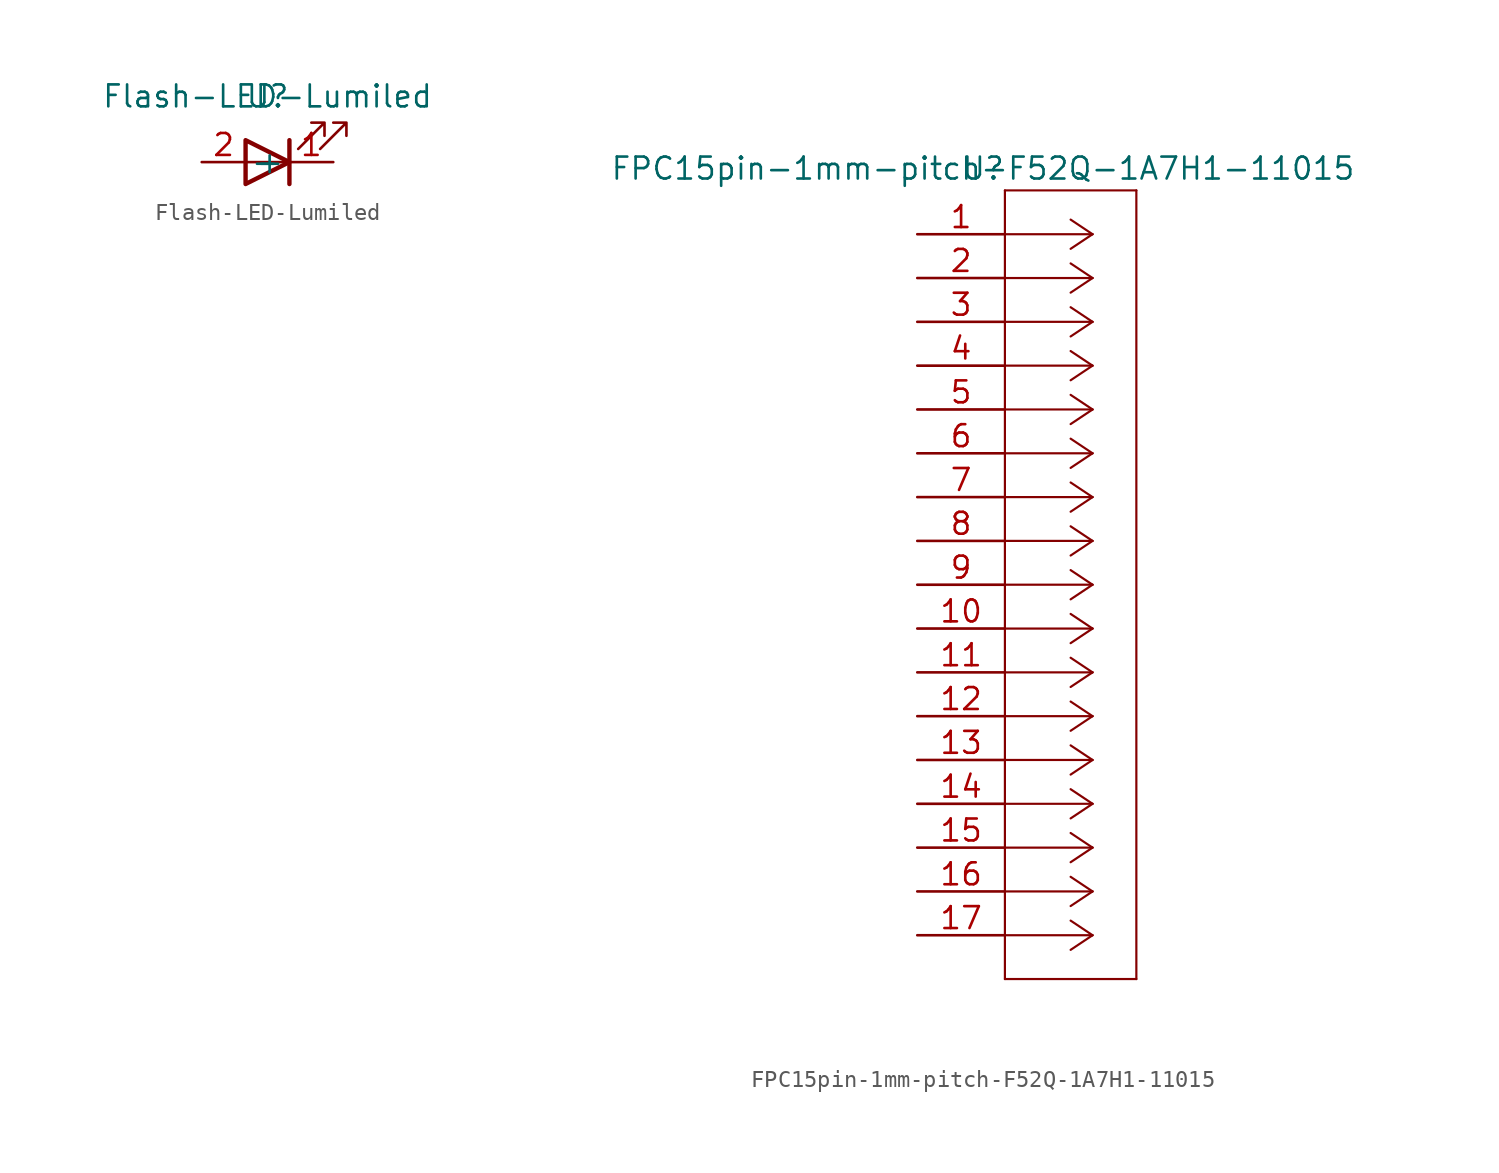
<source format=kicad_sym>
(kicad_symbol_lib
  (version 20241209)
  (generator "kicad_symbol_editor")
  (generator_version "9.0")
  (symbol "Flash-LED-Lumiled"
    (property "Reference" "U"
      (at 0 0 0)
      (effects (font (size 1.27 1.27))))
    (property "Value" "Flash-LED-Lumiled"
      (at 0 0 0)
      (effects (font (size 1.27 1.27))))
    (symbol "Flash-LED-Lumiled_0_1"
      (polyline (pts (xy -1.27 -2.54) (xy -1.27 -5.08) (xy 1.27 -3.81) (xy -1.27 -2.54)) (stroke (width 0.254) (type default)) (fill (type none)))
      (polyline (pts (xy 1.27 -2.54) (xy 1.27 -5.08)) (stroke (width 0.254) (type default)) (fill (type none)))
      (polyline (pts (xy 1.27 -3.81) (xy -1.27 -3.81)) (stroke (width 0) (type default)) (fill (type none)))
      (polyline (pts (xy 1.778 -3.048) (xy 3.302 -1.524) (xy 2.54 -1.524) (xy 3.302 -1.524) (xy 3.302 -2.286)) (stroke (width 0) (type default)) (fill (type none)))
      (polyline (pts (xy 3.048 -3.048) (xy 4.572 -1.524) (xy 3.81 -1.524) (xy 4.572 -1.524) (xy 4.572 -2.286)) (stroke (width 0) (type default)) (fill (type none))))
    (symbol "Flash-LED-Lumiled_1_1"
      (pin power_in line (at -3.81 -3.81 0) (length 2.54) (name "+" (effects (font (size 1.27 1.27)))) (number "2" (effects (font (size 1.27 1.27)))))
      (pin power_in line (at 3.81 -3.81 180) (length 2.54) (name "-" (effects (font (size 1.27 1.27)))) (number "1" (effects (font (size 1.27 1.27)))))))
  (symbol "FPC15pin-1mm-pitch-F52Q-1A7H1-11015"
    (property "Reference" "U"
      (at 0 0 0)
      (effects (font (size 1.27 1.27))))
    (property "Value" "FPC15pin-1mm-pitch-F52Q-1A7H1-11015"
      (at 0 0 0)
      (effects (font (size 1.27 1.27))))
    (symbol "FPC15pin-1mm-pitch-F52Q-1A7H1-11015_0_1"
      (polyline (pts (xy 1.27 -1.27) (xy 1.27 -46.99)) (stroke (width 0.127) (type default)) (fill (type none)))
      (polyline (pts (xy 1.27 -46.99) (xy 8.89 -46.99)) (stroke (width 0.127) (type default)) (fill (type none)))
      (polyline (pts (xy 6.35 -3.81) (xy 1.27 -3.81)) (stroke (width 0.127) (type default)) (fill (type none)))
      (polyline (pts (xy 6.35 -3.81) (xy 5.08 -2.963)) (stroke (width 0.127) (type default)) (fill (type none)))
      (polyline (pts (xy 6.35 -3.81) (xy 5.08 -4.657)) (stroke (width 0.127) (type default)) (fill (type none)))
      (polyline (pts (xy 6.35 -6.35) (xy 1.27 -6.35)) (stroke (width 0.127) (type default)) (fill (type none)))
      (polyline (pts (xy 6.35 -6.35) (xy 5.08 -5.503)) (stroke (width 0.127) (type default)) (fill (type none)))
      (polyline (pts (xy 6.35 -6.35) (xy 5.08 -7.197)) (stroke (width 0.127) (type default)) (fill (type none)))
      (polyline (pts (xy 6.35 -8.89) (xy 1.27 -8.89)) (stroke (width 0.127) (type default)) (fill (type none)))
      (polyline (pts (xy 6.35 -8.89) (xy 5.08 -8.043)) (stroke (width 0.127) (type default)) (fill (type none)))
      (polyline (pts (xy 6.35 -8.89) (xy 5.08 -9.737)) (stroke (width 0.127) (type default)) (fill (type none)))
      (polyline (pts (xy 6.35 -11.43) (xy 1.27 -11.43)) (stroke (width 0.127) (type default)) (fill (type none)))
      (polyline (pts (xy 6.35 -11.43) (xy 5.08 -10.583)) (stroke (width 0.127) (type default)) (fill (type none)))
      (polyline (pts (xy 6.35 -11.43) (xy 5.08 -12.277)) (stroke (width 0.127) (type default)) (fill (type none)))
      (polyline (pts (xy 6.35 -13.97) (xy 1.27 -13.97)) (stroke (width 0.127) (type default)) (fill (type none)))
      (polyline (pts (xy 6.35 -13.97) (xy 5.08 -13.123)) (stroke (width 0.127) (type default)) (fill (type none)))
      (polyline (pts (xy 6.35 -13.97) (xy 5.08 -14.817)) (stroke (width 0.127) (type default)) (fill (type none)))
      (polyline (pts (xy 6.35 -16.51) (xy 1.27 -16.51)) (stroke (width 0.127) (type default)) (fill (type none)))
      (polyline (pts (xy 6.35 -16.51) (xy 5.08 -15.663)) (stroke (width 0.127) (type default)) (fill (type none)))
      (polyline (pts (xy 6.35 -16.51) (xy 5.08 -17.357)) (stroke (width 0.127) (type default)) (fill (type none)))
      (polyline (pts (xy 6.35 -19.05) (xy 1.27 -19.05)) (stroke (width 0.127) (type default)) (fill (type none)))
      (polyline (pts (xy 6.35 -19.05) (xy 5.08 -18.203)) (stroke (width 0.127) (type default)) (fill (type none)))
      (polyline (pts (xy 6.35 -19.05) (xy 5.08 -19.897)) (stroke (width 0.127) (type default)) (fill (type none)))
      (polyline (pts (xy 6.35 -21.59) (xy 1.27 -21.59)) (stroke (width 0.127) (type default)) (fill (type none)))
      (polyline (pts (xy 6.35 -21.59) (xy 5.08 -20.743)) (stroke (width 0.127) (type default)) (fill (type none)))
      (polyline (pts (xy 6.35 -21.59) (xy 5.08 -22.437)) (stroke (width 0.127) (type default)) (fill (type none)))
      (polyline (pts (xy 6.35 -24.13) (xy 1.27 -24.13)) (stroke (width 0.127) (type default)) (fill (type none)))
      (polyline (pts (xy 6.35 -24.13) (xy 5.08 -23.283)) (stroke (width 0.127) (type default)) (fill (type none)))
      (polyline (pts (xy 6.35 -24.13) (xy 5.08 -24.977)) (stroke (width 0.127) (type default)) (fill (type none)))
      (polyline (pts (xy 6.35 -26.67) (xy 1.27 -26.67)) (stroke (width 0.127) (type default)) (fill (type none)))
      (polyline (pts (xy 6.35 -26.67) (xy 5.08 -25.823)) (stroke (width 0.127) (type default)) (fill (type none)))
      (polyline (pts (xy 6.35 -26.67) (xy 5.08 -27.517)) (stroke (width 0.127) (type default)) (fill (type none)))
      (polyline (pts (xy 6.35 -29.21) (xy 1.27 -29.21)) (stroke (width 0.127) (type default)) (fill (type none)))
      (polyline (pts (xy 6.35 -29.21) (xy 5.08 -28.363)) (stroke (width 0.127) (type default)) (fill (type none)))
      (polyline (pts (xy 6.35 -29.21) (xy 5.08 -30.057)) (stroke (width 0.127) (type default)) (fill (type none)))
      (polyline (pts (xy 6.35 -31.75) (xy 1.27 -31.75)) (stroke (width 0.127) (type default)) (fill (type none)))
      (polyline (pts (xy 6.35 -31.75) (xy 5.08 -30.903)) (stroke (width 0.127) (type default)) (fill (type none)))
      (polyline (pts (xy 6.35 -31.75) (xy 5.08 -32.597)) (stroke (width 0.127) (type default)) (fill (type none)))
      (polyline (pts (xy 6.35 -34.29) (xy 1.27 -34.29)) (stroke (width 0.127) (type default)) (fill (type none)))
      (polyline (pts (xy 6.35 -34.29) (xy 5.08 -33.443)) (stroke (width 0.127) (type default)) (fill (type none)))
      (polyline (pts (xy 6.35 -34.29) (xy 5.08 -35.137)) (stroke (width 0.127) (type default)) (fill (type none)))
      (polyline (pts (xy 6.35 -36.83) (xy 1.27 -36.83)) (stroke (width 0.127) (type default)) (fill (type none)))
      (polyline (pts (xy 6.35 -36.83) (xy 5.08 -35.983)) (stroke (width 0.127) (type default)) (fill (type none)))
      (polyline (pts (xy 6.35 -36.83) (xy 5.08 -37.677)) (stroke (width 0.127) (type default)) (fill (type none)))
      (polyline (pts (xy 6.35 -39.37) (xy 1.27 -39.37)) (stroke (width 0.127) (type default)) (fill (type none)))
      (polyline (pts (xy 6.35 -39.37) (xy 5.08 -38.523)) (stroke (width 0.127) (type default)) (fill (type none)))
      (polyline (pts (xy 6.35 -39.37) (xy 5.08 -40.217)) (stroke (width 0.127) (type default)) (fill (type none)))
      (polyline (pts (xy 6.35 -41.91) (xy 1.27 -41.91)) (stroke (width 0.127) (type default)) (fill (type none)))
      (polyline (pts (xy 6.35 -41.91) (xy 5.08 -41.063)) (stroke (width 0.127) (type default)) (fill (type none)))
      (polyline (pts (xy 6.35 -41.91) (xy 5.08 -42.757)) (stroke (width 0.127) (type default)) (fill (type none)))
      (polyline (pts (xy 6.35 -44.45) (xy 1.27 -44.45)) (stroke (width 0.127) (type default)) (fill (type none)))
      (polyline (pts (xy 6.35 -44.45) (xy 5.08 -43.603)) (stroke (width 0.127) (type default)) (fill (type none)))
      (polyline (pts (xy 6.35 -44.45) (xy 5.08 -45.297)) (stroke (width 0.127) (type default)) (fill (type none)))
      (polyline (pts (xy 8.89 -1.27) (xy 1.27 -1.27)) (stroke (width 0.127) (type default)) (fill (type none)))
      (polyline (pts (xy 8.89 -46.99) (xy 8.89 -1.27)) (stroke (width 0.127) (type default)) (fill (type none)))
      (pin unspecified line (at -3.81 -3.81 0) (length 5.08) (name "" (effects (font (size 1.27 1.27)))) (number "1" (effects (font (size 1.27 1.27)))))
      (pin unspecified line (at -3.81 -6.35 0) (length 5.08) (name "" (effects (font (size 1.27 1.27)))) (number "2" (effects (font (size 1.27 1.27)))))
      (pin unspecified line (at -3.81 -8.89 0) (length 5.08) (name "" (effects (font (size 1.27 1.27)))) (number "3" (effects (font (size 1.27 1.27)))))
      (pin unspecified line (at -3.81 -11.43 0) (length 5.08) (name "" (effects (font (size 1.27 1.27)))) (number "4" (effects (font (size 1.27 1.27)))))
      (pin unspecified line (at -3.81 -13.97 0) (length 5.08) (name "" (effects (font (size 1.27 1.27)))) (number "5" (effects (font (size 1.27 1.27)))))
      (pin unspecified line (at -3.81 -16.51 0) (length 5.08) (name "" (effects (font (size 1.27 1.27)))) (number "6" (effects (font (size 1.27 1.27)))))
      (pin unspecified line (at -3.81 -19.05 0) (length 5.08) (name "" (effects (font (size 1.27 1.27)))) (number "7" (effects (font (size 1.27 1.27)))))
      (pin unspecified line (at -3.81 -21.59 0) (length 5.08) (name "" (effects (font (size 1.27 1.27)))) (number "8" (effects (font (size 1.27 1.27)))))
      (pin unspecified line (at -3.81 -24.13 0) (length 5.08) (name "" (effects (font (size 1.27 1.27)))) (number "9" (effects (font (size 1.27 1.27)))))
      (pin unspecified line (at -3.81 -26.67 0) (length 5.08) (name "" (effects (font (size 1.27 1.27)))) (number "10" (effects (font (size 1.27 1.27)))))
      (pin unspecified line (at -3.81 -29.21 0) (length 5.08) (name "" (effects (font (size 1.27 1.27)))) (number "11" (effects (font (size 1.27 1.27)))))
      (pin unspecified line (at -3.81 -31.75 0) (length 5.08) (name "" (effects (font (size 1.27 1.27)))) (number "12" (effects (font (size 1.27 1.27)))))
      (pin unspecified line (at -3.81 -34.29 0) (length 5.08) (name "" (effects (font (size 1.27 1.27)))) (number "13" (effects (font (size 1.27 1.27)))))
      (pin unspecified line (at -3.81 -36.83 0) (length 5.08) (name "" (effects (font (size 1.27 1.27)))) (number "14" (effects (font (size 1.27 1.27)))))
      (pin unspecified line (at -3.81 -39.37 0) (length 5.08) (name "" (effects (font (size 1.27 1.27)))) (number "15" (effects (font (size 1.27 1.27)))))
      (pin unspecified line (at -3.81 -41.91 0) (length 5.08) (name "" (effects (font (size 1.27 1.27)))) (number "16" (effects (font (size 1.27 1.27)))))
      (pin unspecified line (at -3.81 -44.45 0) (length 5.08) (name "" (effects (font (size 1.27 1.27)))) (number "17" (effects (font (size 1.27 1.27))))))))
</source>
